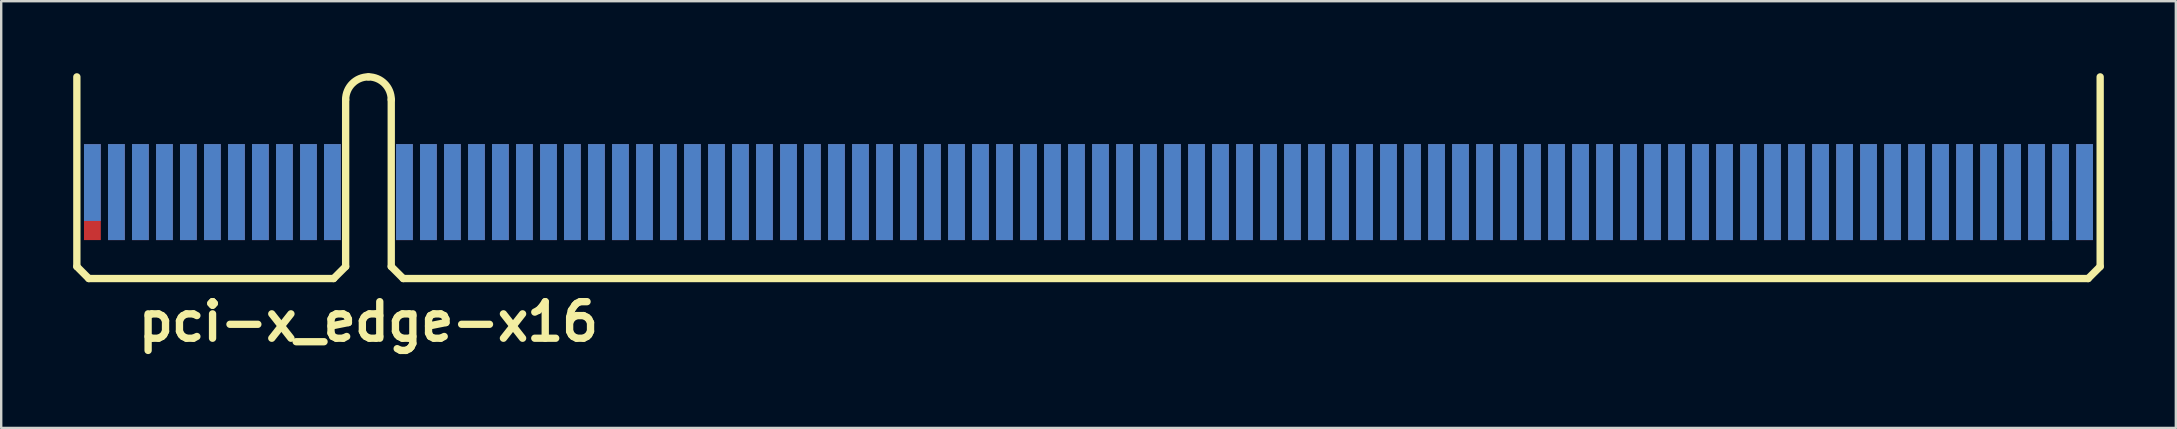
<source format=kicad_pcb>
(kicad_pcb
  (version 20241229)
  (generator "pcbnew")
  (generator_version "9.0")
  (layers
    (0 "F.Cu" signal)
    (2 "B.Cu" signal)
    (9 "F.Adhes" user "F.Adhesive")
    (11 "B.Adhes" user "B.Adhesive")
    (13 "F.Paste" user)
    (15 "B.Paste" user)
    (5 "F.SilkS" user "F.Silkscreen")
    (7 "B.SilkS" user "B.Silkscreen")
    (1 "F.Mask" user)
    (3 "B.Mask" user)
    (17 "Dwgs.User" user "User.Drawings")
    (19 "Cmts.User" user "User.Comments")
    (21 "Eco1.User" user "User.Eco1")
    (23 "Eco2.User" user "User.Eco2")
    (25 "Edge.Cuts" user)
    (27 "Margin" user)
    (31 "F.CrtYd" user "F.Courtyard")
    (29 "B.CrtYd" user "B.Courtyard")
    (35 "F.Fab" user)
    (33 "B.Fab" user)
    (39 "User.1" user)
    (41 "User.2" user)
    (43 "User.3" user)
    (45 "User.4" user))
  (footprint "pci-x_edge-x16"
    (layer "F.Cu")
    (at 12.301 4.354)
    (property "Reference" "pci-x_edge-x16" (at 0 5.999 0) (layer "F.SilkS") (effects (font (size 1.524 1.524) (thickness 0.305))))
    (attr through_hole)
    (fp_line (start -12.149 3.701) (end -12.149 -4.201) (stroke (width 0.305) (type solid)) (layer "F.SilkS"))
    (fp_line (start -11.651 4.201) (end -12.149 3.701) (stroke (width 0.305) (type solid)) (layer "F.SilkS"))
    (fp_line (start -1.45 4.201) (end -11.651 4.201) (stroke (width 0.305) (type solid)) (layer "F.SilkS"))
    (fp_line (start -0.95 -3.251) (end -0.95 3.701) (stroke (width 0.305) (type solid)) (layer "F.SilkS"))
    (fp_line (start -0.95 3.701) (end -1.45 4.201) (stroke (width 0.305) (type solid)) (layer "F.SilkS"))
    (fp_line (start 0.95 3.701) (end 0.95 -3.251) (stroke (width 0.305) (type solid)) (layer "F.SilkS"))
    (fp_line (start 0.95 3.701) (end 1.45 4.201) (stroke (width 0.305) (type solid)) (layer "F.SilkS"))
    (fp_line (start 71.651 4.201) (end 1.45 4.201) (stroke (width 0.305) (type solid)) (layer "F.SilkS"))
    (fp_line (start 71.651 4.201) (end 72.151 3.701) (stroke (width 0.305) (type solid)) (layer "F.SilkS"))
    (fp_line (start 72.151 3.701) (end 72.151 -4.201) (stroke (width 0.305) (type solid)) (layer "F.SilkS"))
    (fp_arc (start -0.94996 -3.2512) (mid -0.671723 -3.922923) (end 0 -4.20116) (stroke (width 0.3048) (type solid)) (layer "F.SilkS"))
    (fp_arc (start 0 -4.20116) (mid 0.671723 -3.922923) (end 0.94996 -3.2512) (stroke (width 0.3048) (type solid)) (layer "F.SilkS"))
    (pad "A1" smd rect (at -11.501 0.201) (size 0.701 3.2) (layers "F.Mask" "B.Cu" "F.Paste"))
    (pad "A2" smd rect (at -10.5 0.599) (size 0.701 4) (layers "F.Mask" "B.Cu" "F.Paste"))
    (pad "A3" smd rect (at -9.5 0.599) (size 0.701 4) (layers "F.Mask" "B.Cu" "F.Paste"))
    (pad "A4" smd rect (at -8.499 0.599) (size 0.701 4) (layers "F.Mask" "B.Cu" "F.Paste"))
    (pad "A5" smd rect (at -7.501 0.599) (size 0.701 4) (layers "F.Mask" "B.Cu" "F.Paste"))
    (pad "A6" smd rect (at -6.5 0.599) (size 0.701 4) (layers "F.Mask" "B.Cu" "F.Paste"))
    (pad "A7" smd rect (at -5.499 0.599) (size 0.701 4) (layers "F.Mask" "B.Cu" "F.Paste"))
    (pad "A8" smd rect (at -4.501 0.599) (size 0.701 4) (layers "F.Mask" "B.Cu" "F.Paste"))
    (pad "A9" smd rect (at -3.5 0.599) (size 0.701 4) (layers "F.Mask" "B.Cu" "F.Paste"))
    (pad "A10" smd rect (at -2.499 0.599) (size 0.701 4) (layers "F.Mask" "B.Cu" "F.Paste"))
    (pad "A11" smd rect (at -1.501 0.599) (size 0.701 4) (layers "F.Mask" "B.Cu" "F.Paste"))
    (pad "A12" smd rect (at 1.501 0.599) (size 0.701 4) (layers "F.Mask" "B.Cu" "F.Paste"))
    (pad "A13" smd rect (at 2.499 0.599) (size 0.701 4) (layers "F.Mask" "B.Cu" "F.Paste"))
    (pad "A14" smd rect (at 3.5 0.599) (size 0.701 4) (layers "F.Mask" "B.Cu" "F.Paste"))
    (pad "A15" smd rect (at 4.501 0.599) (size 0.701 4) (layers "F.Mask" "B.Cu" "F.Paste"))
    (pad "A16" smd rect (at 5.499 0.599) (size 0.701 4) (layers "F.Mask" "B.Cu" "F.Paste"))
    (pad "A17" smd rect (at 6.5 0.599) (size 0.701 4) (layers "F.Mask" "B.Cu" "F.Paste"))
    (pad "A18" smd rect (at 7.501 0.599) (size 0.701 4) (layers "F.Mask" "B.Cu" "F.Paste"))
    (pad "A19" smd rect (at 8.499 0.599) (size 0.701 4) (layers "F.Mask" "B.Cu" "F.Paste"))
    (pad "A20" smd rect (at 9.5 0.599) (size 0.701 4) (layers "F.Mask" "B.Cu" "F.Paste"))
    (pad "A21" smd rect (at 10.5 0.599) (size 0.701 4) (layers "F.Mask" "B.Cu" "F.Paste"))
    (pad "A22" smd rect (at 11.501 0.599) (size 0.701 4) (layers "F.Mask" "B.Cu" "F.Paste"))
    (pad "A23" smd rect (at 12.499 0.599) (size 0.701 4) (layers "F.Mask" "B.Cu" "F.Paste"))
    (pad "A24" smd rect (at 13.5 0.599) (size 0.701 4) (layers "F.Mask" "B.Cu" "F.Paste"))
    (pad "A25" smd rect (at 14.501 0.599) (size 0.701 4) (layers "F.Mask" "B.Cu" "F.Paste"))
    (pad "A26" smd rect (at 15.499 0.599) (size 0.701 4) (layers "F.Mask" "B.Cu" "F.Paste"))
    (pad "A27" smd rect (at 16.5 0.599) (size 0.701 4) (layers "F.Mask" "B.Cu" "F.Paste"))
    (pad "A28" smd rect (at 17.501 0.599) (size 0.701 4) (layers "F.Mask" "B.Cu" "F.Paste"))
    (pad "A29" smd rect (at 18.499 0.599) (size 0.701 4) (layers "F.Mask" "B.Cu" "F.Paste"))
    (pad "A30" smd rect (at 19.5 0.599) (size 0.701 4) (layers "F.Mask" "B.Cu" "F.Paste"))
    (pad "A31" smd rect (at 20.5 0.599) (size 0.701 4) (layers "F.Mask" "B.Cu" "F.Paste"))
    (pad "A32" smd rect (at 21.501 0.599) (size 0.701 4) (layers "F.Mask" "B.Cu" "F.Paste"))
    (pad "A33" smd rect (at 22.499 0.599) (size 0.701 4) (layers "F.Mask" "B.Cu" "F.Paste"))
    (pad "A34" smd rect (at 23.5 0.599) (size 0.701 4) (layers "F.Mask" "B.Cu" "F.Paste"))
    (pad "A35" smd rect (at 24.501 0.599) (size 0.701 4) (layers "F.Mask" "B.Cu" "F.Paste"))
    (pad "A36" smd rect (at 25.499 0.599) (size 0.701 4) (layers "F.Mask" "B.Cu" "F.Paste"))
    (pad "A37" smd rect (at 26.5 0.599) (size 0.701 4) (layers "F.Mask" "B.Cu" "F.Paste"))
    (pad "A38" smd rect (at 27.501 0.599) (size 0.701 4) (layers "F.Mask" "B.Cu" "F.Paste"))
    (pad "A39" smd rect (at 28.499 0.599) (size 0.701 4) (layers "F.Mask" "B.Cu" "F.Paste"))
    (pad "A40" smd rect (at 29.5 0.599) (size 0.701 4) (layers "F.Mask" "B.Cu" "F.Paste"))
    (pad "A41" smd rect (at 30.5 0.599) (size 0.701 4) (layers "F.Mask" "B.Cu" "F.Paste"))
    (pad "A42" smd rect (at 31.501 0.599) (size 0.701 4) (layers "F.Mask" "B.Cu" "F.Paste"))
    (pad "A43" smd rect (at 32.499 0.599) (size 0.701 4) (layers "F.Mask" "B.Cu" "F.Paste"))
    (pad "A44" smd rect (at 33.5 0.599) (size 0.701 4) (layers "F.Mask" "B.Cu" "F.Paste"))
    (pad "A45" smd rect (at 34.501 0.599) (size 0.701 4) (layers "F.Mask" "B.Cu" "F.Paste"))
    (pad "A46" smd rect (at 35.499 0.599) (size 0.701 4) (layers "F.Mask" "B.Cu" "F.Paste"))
    (pad "A47" smd rect (at 36.5 0.599) (size 0.701 4) (layers "F.Mask" "B.Cu" "F.Paste"))
    (pad "A48" smd rect (at 37.501 0.599) (size 0.701 4) (layers "F.Mask" "B.Cu" "F.Paste"))
    (pad "A49" smd rect (at 38.499 0.599) (size 0.701 4) (layers "F.Mask" "B.Cu" "F.Paste"))
    (pad "A50" smd rect (at 39.5 0.599) (size 0.701 4) (layers "F.Mask" "B.Cu" "F.Paste"))
    (pad "A51" smd rect (at 40.5 0.599) (size 0.701 4) (layers "F.Mask" "B.Cu" "F.Paste"))
    (pad "A52" smd rect (at 41.501 0.599) (size 0.701 4) (layers "F.Mask" "B.Cu" "F.Paste"))
    (pad "A53" smd rect (at 42.499 0.599) (size 0.701 4) (layers "F.Mask" "B.Cu" "F.Paste"))
    (pad "A54" smd rect (at 43.5 0.599) (size 0.701 4) (layers "F.Mask" "B.Cu" "F.Paste"))
    (pad "A55" smd rect (at 44.501 0.599) (size 0.701 4) (layers "F.Mask" "B.Cu" "F.Paste"))
    (pad "A56" smd rect (at 45.499 0.599) (size 0.701 4) (layers "F.Mask" "B.Cu" "F.Paste"))
    (pad "A57" smd rect (at 46.5 0.599) (size 0.701 4) (layers "F.Mask" "B.Cu" "F.Paste"))
    (pad "A58" smd rect (at 47.501 0.599) (size 0.701 4) (layers "F.Mask" "B.Cu" "F.Paste"))
    (pad "A59" smd rect (at 48.499 0.599) (size 0.701 4) (layers "F.Mask" "B.Cu" "F.Paste"))
    (pad "A60" smd rect (at 49.5 0.599) (size 0.701 4) (layers "F.Mask" "B.Cu" "F.Paste"))
    (pad "A61" smd rect (at 50.5 0.599) (size 0.701 4) (layers "F.Mask" "B.Cu" "F.Paste"))
    (pad "A62" smd rect (at 51.501 0.599) (size 0.701 4) (layers "F.Mask" "B.Cu" "F.Paste"))
    (pad "A63" smd rect (at 52.499 0.599) (size 0.701 4) (layers "F.Mask" "B.Cu" "F.Paste"))
    (pad "A64" smd rect (at 53.5 0.599) (size 0.701 4) (layers "F.Mask" "B.Cu" "F.Paste"))
    (pad "A65" smd rect (at 54.501 0.599) (size 0.701 4) (layers "F.Mask" "B.Cu" "F.Paste"))
    (pad "A66" smd rect (at 55.499 0.599) (size 0.701 4) (layers "F.Mask" "B.Cu" "F.Paste"))
    (pad "A67" smd rect (at 56.5 0.599) (size 0.701 4) (layers "F.Mask" "B.Cu" "F.Paste"))
    (pad "A68" smd rect (at 57.501 0.599) (size 0.701 4) (layers "F.Mask" "B.Cu" "F.Paste"))
    (pad "A69" smd rect (at 58.499 0.599) (size 0.701 4) (layers "F.Mask" "B.Cu" "F.Paste"))
    (pad "A70" smd rect (at 59.499 0.599) (size 0.701 4) (layers "F.Mask" "B.Cu" "F.Paste"))
    (pad "A71" smd rect (at 60.5 0.599) (size 0.701 4) (layers "F.Mask" "B.Cu" "F.Paste"))
    (pad "A72" smd rect (at 61.501 0.599) (size 0.701 4) (layers "F.Mask" "B.Cu" "F.Paste"))
    (pad "A73" smd rect (at 62.499 0.599) (size 0.701 4) (layers "F.Mask" "B.Cu" "F.Paste"))
    (pad "A74" smd rect (at 63.5 0.599) (size 0.701 4) (layers "F.Mask" "B.Cu" "F.Paste"))
    (pad "A75" smd rect (at 64.501 0.599) (size 0.701 4) (layers "F.Mask" "B.Cu" "F.Paste"))
    (pad "A76" smd rect (at 65.499 0.599) (size 0.701 4) (layers "F.Mask" "B.Cu" "F.Paste"))
    (pad "A77" smd rect (at 66.5 0.599) (size 0.701 4) (layers "F.Mask" "B.Cu" "F.Paste"))
    (pad "A78" smd rect (at 67.501 0.599) (size 0.701 4) (layers "F.Mask" "B.Cu" "F.Paste"))
    (pad "A79" smd rect (at 68.501 0.599) (size 0.701 4) (layers "F.Mask" "B.Cu" "F.Paste"))
    (pad "A80" smd rect (at 69.499 0.599) (size 0.701 4) (layers "F.Mask" "B.Cu" "F.Paste"))
    (pad "A81" smd rect (at 70.5 0.599) (size 0.701 4) (layers "F.Mask" "B.Cu" "F.Paste"))
    (pad "A82" smd rect (at 71.501 0.599) (size 0.701 4) (layers "F.Mask" "B.Cu" "F.Paste"))
    (pad "B1" smd rect (at -11.501 0.599) (size 0.701 4) (layers "F.Cu" "F.Mask" "F.Paste"))
    (pad "B2" smd rect (at -10.5 0.599) (size 0.701 4) (layers "F.Cu" "F.Mask" "F.Paste"))
    (pad "B3" smd rect (at -9.5 0.599) (size 0.701 4) (layers "F.Cu" "F.Mask" "F.Paste"))
    (pad "B4" smd rect (at -8.499 0.599) (size 0.701 4) (layers "F.Cu" "F.Mask" "F.Paste"))
    (pad "B5" smd rect (at -7.501 0.599) (size 0.701 4) (layers "F.Cu" "F.Mask" "F.Paste"))
    (pad "B6" smd rect (at -6.5 0.599) (size 0.701 4) (layers "F.Cu" "F.Mask" "F.Paste"))
    (pad "B7" smd rect (at -5.499 0.599) (size 0.701 4) (layers "F.Cu" "F.Mask" "F.Paste"))
    (pad "B8" smd rect (at -4.501 0.599) (size 0.701 4) (layers "F.Cu" "F.Mask" "F.Paste"))
    (pad "B9" smd rect (at -3.5 0.599) (size 0.701 4) (layers "F.Cu" "F.Mask" "F.Paste"))
    (pad "B10" smd rect (at -2.499 0.599) (size 0.701 4) (layers "F.Cu" "F.Mask" "F.Paste"))
    (pad "B11" smd rect (at -1.501 0.599) (size 0.701 4) (layers "F.Cu" "F.Mask" "F.Paste"))
    (pad "B12" smd rect (at 1.501 0.599) (size 0.701 4) (layers "F.Cu" "F.Mask" "F.Paste"))
    (pad "B13" smd rect (at 2.499 0.599) (size 0.701 4) (layers "F.Cu" "F.Mask" "F.Paste"))
    (pad "B14" smd rect (at 3.5 0.599) (size 0.701 4) (layers "F.Cu" "F.Mask" "F.Paste"))
    (pad "B15" smd rect (at 4.501 0.599) (size 0.701 4) (layers "F.Cu" "F.Mask" "F.Paste"))
    (pad "B16" smd rect (at 5.499 0.599) (size 0.701 4) (layers "F.Cu" "F.Mask" "F.Paste"))
    (pad "B17" smd rect (at 6.5 0.599) (size 0.701 4) (layers "F.Cu" "F.Mask" "F.Paste"))
    (pad "B18" smd rect (at 7.501 0.599) (size 0.701 4) (layers "F.Cu" "F.Mask" "F.Paste"))
    (pad "B19" smd rect (at 8.499 0.599) (size 0.701 4) (layers "F.Cu" "F.Mask" "F.Paste"))
    (pad "B20" smd rect (at 9.5 0.599) (size 0.701 4) (layers "F.Cu" "F.Mask" "F.Paste"))
    (pad "B21" smd rect (at 10.5 0.599) (size 0.701 4) (layers "F.Cu" "F.Mask" "F.Paste"))
    (pad "B22" smd rect (at 11.501 0.599) (size 0.701 4) (layers "F.Cu" "F.Mask" "F.Paste"))
    (pad "B23" smd rect (at 12.499 0.599) (size 0.701 4) (layers "F.Cu" "F.Mask" "F.Paste"))
    (pad "B24" smd rect (at 13.5 0.599) (size 0.701 4) (layers "F.Cu" "F.Mask" "F.Paste"))
    (pad "B25" smd rect (at 14.501 0.599) (size 0.701 4) (layers "F.Cu" "F.Mask" "F.Paste"))
    (pad "B26" smd rect (at 15.499 0.599) (size 0.701 4) (layers "F.Cu" "F.Mask" "F.Paste"))
    (pad "B27" smd rect (at 16.5 0.599) (size 0.701 4) (layers "F.Cu" "F.Mask" "F.Paste"))
    (pad "B28" smd rect (at 17.501 0.599) (size 0.701 4) (layers "F.Cu" "F.Mask" "F.Paste"))
    (pad "B29" smd rect (at 18.499 0.599) (size 0.701 4) (layers "F.Cu" "F.Mask" "F.Paste"))
    (pad "B30" smd rect (at 19.5 0.599) (size 0.701 4) (layers "F.Cu" "F.Mask" "F.Paste"))
    (pad "B31" smd rect (at 20.5 0.599) (size 0.701 4) (layers "F.Cu" "F.Mask" "F.Paste"))
    (pad "B32" smd rect (at 21.501 0.599) (size 0.701 4) (layers "F.Cu" "F.Mask" "F.Paste"))
    (pad "B33" smd rect (at 22.499 0.599) (size 0.701 4) (layers "F.Cu" "F.Mask" "F.Paste"))
    (pad "B34" smd rect (at 23.5 0.599) (size 0.701 4) (layers "F.Cu" "F.Mask" "F.Paste"))
    (pad "B35" smd rect (at 24.501 0.599) (size 0.701 4) (layers "F.Cu" "F.Mask" "F.Paste"))
    (pad "B36" smd rect (at 25.499 0.599) (size 0.701 4) (layers "F.Cu" "F.Mask" "F.Paste"))
    (pad "B37" smd rect (at 26.5 0.599) (size 0.701 4) (layers "F.Cu" "F.Mask" "F.Paste"))
    (pad "B38" smd rect (at 27.501 0.599) (size 0.701 4) (layers "F.Cu" "F.Mask" "F.Paste"))
    (pad "B39" smd rect (at 28.499 0.599) (size 0.701 4) (layers "F.Cu" "F.Mask" "F.Paste"))
    (pad "B40" smd rect (at 29.5 0.599) (size 0.701 4) (layers "F.Cu" "F.Mask" "F.Paste"))
    (pad "B41" smd rect (at 30.5 0.599) (size 0.701 4) (layers "F.Cu" "F.Mask" "F.Paste"))
    (pad "B42" smd rect (at 31.501 0.599) (size 0.701 4) (layers "F.Cu" "F.Mask" "F.Paste"))
    (pad "B43" smd rect (at 32.499 0.599) (size 0.701 4) (layers "F.Cu" "F.Mask" "F.Paste"))
    (pad "B44" smd rect (at 33.5 0.599) (size 0.701 4) (layers "F.Cu" "F.Mask" "F.Paste"))
    (pad "B45" smd rect (at 34.501 0.599) (size 0.701 4) (layers "F.Cu" "F.Mask" "F.Paste"))
    (pad "B46" smd rect (at 35.499 0.599) (size 0.701 4) (layers "F.Cu" "F.Mask" "F.Paste"))
    (pad "B47" smd rect (at 36.5 0.599) (size 0.701 4) (layers "F.Cu" "F.Mask" "F.Paste"))
    (pad "B48" smd rect (at 37.501 0.599) (size 0.701 4) (layers "F.Cu" "F.Mask" "F.Paste"))
    (pad "B49" smd rect (at 38.499 0.599) (size 0.701 4) (layers "F.Cu" "F.Mask" "F.Paste"))
    (pad "B50" smd rect (at 39.5 0.599) (size 0.701 4) (layers "F.Cu" "F.Mask" "F.Paste"))
    (pad "B51" smd rect (at 40.5 0.599) (size 0.701 4) (layers "F.Cu" "F.Mask" "F.Paste"))
    (pad "B52" smd rect (at 41.501 0.599) (size 0.701 4) (layers "F.Cu" "F.Mask" "F.Paste"))
    (pad "B53" smd rect (at 42.499 0.599) (size 0.701 4) (layers "F.Cu" "F.Mask" "F.Paste"))
    (pad "B54" smd rect (at 43.5 0.599) (size 0.701 4) (layers "F.Cu" "F.Mask" "F.Paste"))
    (pad "B55" smd rect (at 44.501 0.599) (size 0.701 4) (layers "F.Cu" "F.Mask" "F.Paste"))
    (pad "B56" smd rect (at 45.499 0.599) (size 0.701 4) (layers "F.Cu" "F.Mask" "F.Paste"))
    (pad "B57" smd rect (at 46.5 0.599) (size 0.701 4) (layers "F.Cu" "F.Mask" "F.Paste"))
    (pad "B58" smd rect (at 47.501 0.599) (size 0.701 4) (layers "F.Cu" "F.Mask" "F.Paste"))
    (pad "B59" smd rect (at 48.499 0.599) (size 0.701 4) (layers "F.Cu" "F.Mask" "F.Paste"))
    (pad "B60" smd rect (at 49.5 0.599) (size 0.701 4) (layers "F.Cu" "F.Mask" "F.Paste"))
    (pad "B61" smd rect (at 50.5 0.599) (size 0.701 4) (layers "F.Cu" "F.Mask" "F.Paste"))
    (pad "B62" smd rect (at 51.501 0.599) (size 0.701 4) (layers "F.Cu" "F.Mask" "F.Paste"))
    (pad "B63" smd rect (at 52.499 0.599) (size 0.701 4) (layers "F.Cu" "F.Mask" "F.Paste"))
    (pad "B64" smd rect (at 53.5 0.599) (size 0.701 4) (layers "F.Cu" "F.Mask" "F.Paste"))
    (pad "B65" smd rect (at 54.501 0.599) (size 0.701 4) (layers "F.Cu" "F.Mask" "F.Paste"))
    (pad "B66" smd rect (at 55.499 0.599) (size 0.701 4) (layers "F.Cu" "F.Mask" "F.Paste"))
    (pad "B67" smd rect (at 56.5 0.599) (size 0.701 4) (layers "F.Cu" "F.Mask" "F.Paste"))
    (pad "B68" smd rect (at 57.501 0.599) (size 0.701 4) (layers "F.Cu" "F.Mask" "F.Paste"))
    (pad "B69" smd rect (at 58.499 0.599) (size 0.701 4) (layers "F.Cu" "F.Mask" "F.Paste"))
    (pad "B70" smd rect (at 59.499 0.599) (size 0.701 4) (layers "F.Cu" "F.Mask" "F.Paste"))
    (pad "B71" smd rect (at 60.5 0.599) (size 0.701 4) (layers "F.Cu" "F.Mask" "F.Paste"))
    (pad "B72" smd rect (at 61.501 0.599) (size 0.701 4) (layers "F.Cu" "F.Mask" "F.Paste"))
    (pad "B73" smd rect (at 62.499 0.599) (size 0.701 4) (layers "F.Cu" "F.Mask" "F.Paste"))
    (pad "B74" smd rect (at 63.5 0.599) (size 0.701 4) (layers "F.Cu" "F.Mask" "F.Paste"))
    (pad "B75" smd rect (at 64.501 0.599) (size 0.701 4) (layers "F.Cu" "F.Mask" "F.Paste"))
    (pad "B76" smd rect (at 65.499 0.599) (size 0.701 4) (layers "F.Cu" "F.Mask" "F.Paste"))
    (pad "B77" smd rect (at 66.5 0.599) (size 0.701 4) (layers "F.Cu" "F.Mask" "F.Paste"))
    (pad "B78" smd rect (at 67.501 0.599) (size 0.701 4) (layers "F.Cu" "F.Mask" "F.Paste"))
    (pad "B79" smd rect (at 68.501 0.599) (size 0.701 4) (layers "F.Cu" "F.Mask" "F.Paste"))
    (pad "B80" smd rect (at 69.499 0.599) (size 0.701 4) (layers "F.Cu" "F.Mask" "F.Paste"))
    (pad "B81" smd rect (at 70.5 0.201) (size 0.701 3.2) (layers "F.Cu" "F.Mask" "F.Paste"))
    (pad "B82" smd rect (at 71.501 0.599) (size 0.701 4) (layers "F.Cu" "F.Mask" "F.Paste")))
  (gr_rect
    (start -3 -3)
    (end 87.605 14.78)
    (stroke (width 0.1) (type default))
    (fill no)
    (layer "Edge.Cuts")))
</source>
